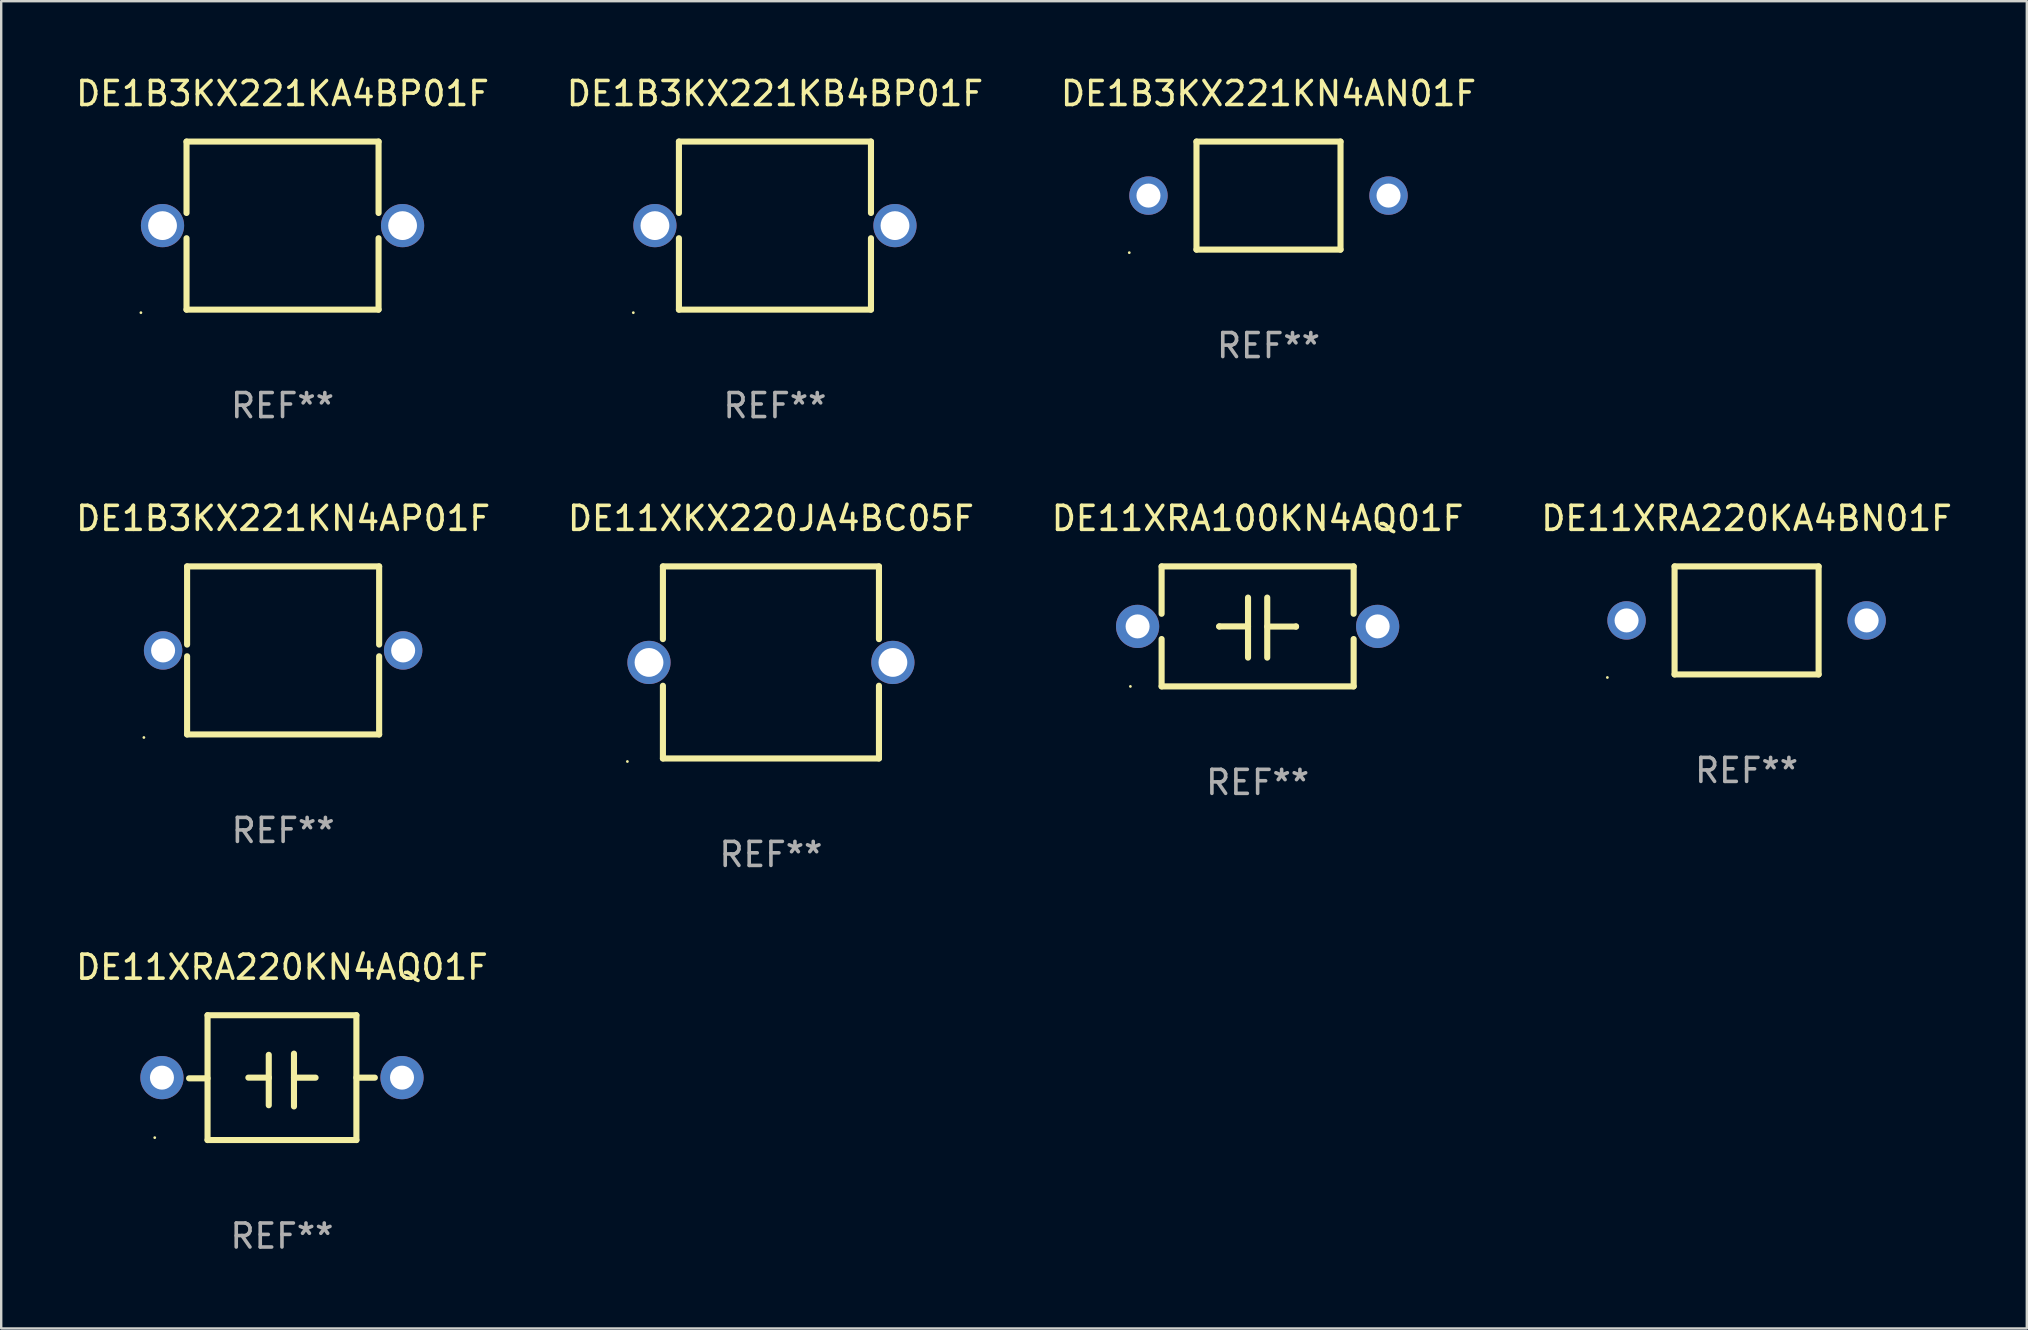
<source format=kicad_pcb>
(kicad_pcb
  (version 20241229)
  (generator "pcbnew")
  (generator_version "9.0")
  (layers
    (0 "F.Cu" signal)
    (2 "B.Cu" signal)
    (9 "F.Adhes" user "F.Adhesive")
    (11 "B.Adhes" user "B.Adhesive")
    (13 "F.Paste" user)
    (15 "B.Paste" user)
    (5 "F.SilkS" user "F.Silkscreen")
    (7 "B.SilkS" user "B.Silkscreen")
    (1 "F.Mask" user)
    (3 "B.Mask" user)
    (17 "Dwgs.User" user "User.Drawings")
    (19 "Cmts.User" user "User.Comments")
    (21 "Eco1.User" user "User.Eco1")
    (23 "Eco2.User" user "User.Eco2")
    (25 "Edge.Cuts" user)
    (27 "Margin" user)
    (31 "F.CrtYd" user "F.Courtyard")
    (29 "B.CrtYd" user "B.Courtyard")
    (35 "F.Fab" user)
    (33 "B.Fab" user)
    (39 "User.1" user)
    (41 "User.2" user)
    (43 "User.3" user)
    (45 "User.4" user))
  (footprint "DE11XKX220JA4BC05F"
    (layer "F.Cu")
    (at 29.065 24.545)
    (property "Reference" "DE11XKX220JA4BC05F" (at 0 -6 0) (layer "F.SilkS") (effects (font (size 1 1) (thickness 0.15))))
    (attr through_hole)
    (fp_line (start -4.5 -4) (end -4.5 -0.971) (stroke (width 0.254) (type solid)) (layer "F.SilkS"))
    (fp_line (start -4.5 -4) (end 4.5 -4) (stroke (width 0.254) (type solid)) (layer "F.SilkS"))
    (fp_line (start -4.5 0.971) (end -4.5 4) (stroke (width 0.254) (type solid)) (layer "F.SilkS"))
    (fp_line (start 4.5 -4) (end 4.5 -0.971) (stroke (width 0.254) (type solid)) (layer "F.SilkS"))
    (fp_line (start 4.5 0.971) (end 4.5 4) (stroke (width 0.254) (type solid)) (layer "F.SilkS"))
    (fp_line (start 4.5 4) (end -4.5 4) (stroke (width 0.254) (type solid)) (layer "F.SilkS"))
    (fp_circle (center -5.98 4.127) (end -5.95 4.127) (stroke (width 0.06) (type solid)) (fill no) (layer "F.SilkS"))
    (fp_text user "REF**" (at 0 8 0) (layer "F.Fab") (effects (font (size 1 1) (thickness 0.15))))
    (pad "1" thru_hole circle (at -5.08 0) (size 1.8 1.8) (drill 1.2) (layers "*.Cu" "*.Mask"))
    (pad "2" thru_hole circle (at 5.08 0) (size 1.8 1.8) (drill 1.2) (layers "*.Cu" "*.Mask")))
  (footprint "DE11XRA220KA4BN01F"
    (layer "F.Cu")
    (at 69.708 22.795)
    (property "Reference" "DE11XRA220KA4BN01F" (at 0 -4.25 0) (layer "F.SilkS") (effects (font (size 1 1) (thickness 0.15))))
    (attr through_hole)
    (fp_line (start -3 -2.25) (end 3 -2.25) (stroke (width 0.254) (type solid)) (layer "F.SilkS"))
    (fp_line (start -3 2.25) (end -3 -2.25) (stroke (width 0.254) (type solid)) (layer "F.SilkS"))
    (fp_line (start 3 -2.25) (end 3 2.25) (stroke (width 0.254) (type solid)) (layer "F.SilkS"))
    (fp_line (start 3 2.25) (end -3 2.25) (stroke (width 0.254) (type solid)) (layer "F.SilkS"))
    (fp_circle (center -5.8 2.377) (end -5.77 2.377) (stroke (width 0.06) (type solid)) (fill no) (layer "F.SilkS"))
    (fp_text user "REF**" (at 0 6.25 0) (layer "F.Fab") (effects (font (size 1 1) (thickness 0.15))))
    (pad "1" thru_hole circle (at -5 0) (size 1.6 1.6) (drill 1) (layers "*.Cu" "*.Mask"))
    (pad "2" thru_hole circle (at 5 0) (size 1.6 1.6) (drill 1) (layers "*.Cu" "*.Mask")))
  (footprint "DE1B3KX221KA4BP01F"
    (layer "F.Cu")
    (at 8.72 6.348)
    (property "Reference" "DE1B3KX221KA4BP01F" (at 0 -5.5 0) (layer "F.SilkS") (effects (font (size 1 1) (thickness 0.15))))
    (attr through_hole)
    (fp_line (start -4 -3.5) (end -4 -0.526) (stroke (width 0.254) (type solid)) (layer "F.SilkS"))
    (fp_line (start -4 -3.5) (end 4 -3.5) (stroke (width 0.254) (type solid)) (layer "F.SilkS"))
    (fp_line (start -4 0.526) (end -4 3.5) (stroke (width 0.254) (type solid)) (layer "F.SilkS"))
    (fp_line (start 4 -3.5) (end 4 -0.526) (stroke (width 0.254) (type solid)) (layer "F.SilkS"))
    (fp_line (start 4 0.526) (end 4 3.5) (stroke (width 0.254) (type solid)) (layer "F.SilkS"))
    (fp_line (start 4 3.5) (end -4 3.5) (stroke (width 0.254) (type solid)) (layer "F.SilkS"))
    (fp_circle (center -5.9 3.627) (end -5.87 3.627) (stroke (width 0.06) (type solid)) (fill no) (layer "F.SilkS"))
    (fp_text user "REF**" (at 0 7.5 0) (layer "F.Fab") (effects (font (size 1 1) (thickness 0.15))))
    (pad "1" thru_hole circle (at -5 0) (size 1.8 1.8) (drill 1.2) (layers "*.Cu" "*.Mask"))
    (pad "2" thru_hole circle (at 5 0) (size 1.8 1.8) (drill 1.2) (layers "*.Cu" "*.Mask")))
  (footprint "DE11XRA100KN4AQ01F"
    (layer "F.Cu")
    (at 49.339 23.044)
    (property "Reference" "DE11XRA100KN4AQ01F" (at 0 -4.499 0) (layer "F.SilkS") (effects (font (size 1 1) (thickness 0.15))))
    (attr through_hole)
    (fp_line (start -4 -2.499) (end -4 -0.526) (stroke (width 0.254) (type solid)) (layer "F.SilkS"))
    (fp_line (start -4 -2.499) (end 4 -2.499) (stroke (width 0.254) (type solid)) (layer "F.SilkS"))
    (fp_line (start -4 0.526) (end -4 2.499) (stroke (width 0.254) (type solid)) (layer "F.SilkS"))
    (fp_line (start -1.6 0) (end -1.6 0.007) (stroke (width 0.254) (type solid)) (layer "F.SilkS"))
    (fp_line (start -0.4 0) (end -1.6 0) (stroke (width 0.254) (type solid)) (layer "F.SilkS"))
    (fp_line (start -0.4 1.3) (end -0.4 -1.2) (stroke (width 0.254) (type solid)) (layer "F.SilkS"))
    (fp_line (start 0.4 -1.2) (end 0.4 1.3) (stroke (width 0.254) (type solid)) (layer "F.SilkS"))
    (fp_line (start 0.4 0.007) (end 1.6 0.007) (stroke (width 0.254) (type solid)) (layer "F.SilkS"))
    (fp_line (start 1.6 0.007) (end 1.6 0) (stroke (width 0.254) (type solid)) (layer "F.SilkS"))
    (fp_line (start 4 -2.499) (end 4 -0.526) (stroke (width 0.254) (type solid)) (layer "F.SilkS"))
    (fp_line (start 4 0.526) (end 4 2.499) (stroke (width 0.254) (type solid)) (layer "F.SilkS"))
    (fp_line (start 4 2.499) (end -4 2.499) (stroke (width 0.254) (type solid)) (layer "F.SilkS"))
    (fp_circle (center -5.3 2.5) (end -5.27 2.5) (stroke (width 0.06) (type solid)) (fill no) (layer "F.SilkS"))
    (fp_text user "REF**" (at 0 6.499 0) (layer "F.Fab") (effects (font (size 1 1) (thickness 0.15))))
    (pad "1" thru_hole circle (at -5 0) (size 1.8 1.8) (drill 1) (layers "*.Cu" "*.Mask"))
    (pad "2" thru_hole circle (at 5 0) (size 1.8 1.8) (drill 1) (layers "*.Cu" "*.Mask")))
  (footprint "DE1B3KX221KB4BP01F"
    (layer "F.Cu")
    (at 29.232 6.348)
    (property "Reference" "DE1B3KX221KB4BP01F" (at 0 -5.5 0) (layer "F.SilkS") (effects (font (size 1 1) (thickness 0.15))))
    (attr through_hole)
    (fp_line (start -4 -3.5) (end -4 -0.526) (stroke (width 0.254) (type solid)) (layer "F.SilkS"))
    (fp_line (start -4 -3.5) (end 4 -3.5) (stroke (width 0.254) (type solid)) (layer "F.SilkS"))
    (fp_line (start -4 0.526) (end -4 3.5) (stroke (width 0.254) (type solid)) (layer "F.SilkS"))
    (fp_line (start 4 -3.5) (end 4 -0.526) (stroke (width 0.254) (type solid)) (layer "F.SilkS"))
    (fp_line (start 4 0.526) (end 4 3.5) (stroke (width 0.254) (type solid)) (layer "F.SilkS"))
    (fp_line (start 4 3.5) (end -4 3.5) (stroke (width 0.254) (type solid)) (layer "F.SilkS"))
    (fp_circle (center -5.9 3.627) (end -5.87 3.627) (stroke (width 0.06) (type solid)) (fill no) (layer "F.SilkS"))
    (fp_text user "REF**" (at 0 7.5 0) (layer "F.Fab") (effects (font (size 1 1) (thickness 0.15))))
    (pad "1" thru_hole circle (at -5 0) (size 1.8 1.8) (drill 1.2) (layers "*.Cu" "*.Mask"))
    (pad "2" thru_hole circle (at 5 0) (size 1.8 1.8) (drill 1.2) (layers "*.Cu" "*.Mask")))
  (footprint "DE1B3KX221KN4AP01F"
    (layer "F.Cu")
    (at 8.744 24.045)
    (property "Reference" "DE1B3KX221KN4AP01F" (at 0 -5.5 0) (layer "F.SilkS") (effects (font (size 1 1) (thickness 0.15))))
    (attr through_hole)
    (fp_line (start -4 -3.5) (end 4 -3.5) (stroke (width 0.254) (type solid)) (layer "F.SilkS"))
    (fp_line (start -4 -0.243) (end -4 -3.5) (stroke (width 0.254) (type solid)) (layer "F.SilkS"))
    (fp_line (start -4 3.5) (end -4 0.243) (stroke (width 0.254) (type solid)) (layer "F.SilkS"))
    (fp_line (start 4 -0.243) (end 4 -3.5) (stroke (width 0.254) (type solid)) (layer "F.SilkS"))
    (fp_line (start 4 3.5) (end -4 3.5) (stroke (width 0.254) (type solid)) (layer "F.SilkS"))
    (fp_line (start 4 3.5) (end 4 0.243) (stroke (width 0.254) (type solid)) (layer "F.SilkS"))
    (fp_circle (center -5.8 3.627) (end -5.77 3.627) (stroke (width 0.06) (type solid)) (fill no) (layer "F.SilkS"))
    (fp_text user "REF**" (at 0 7.5 0) (layer "F.Fab") (effects (font (size 1 1) (thickness 0.15))))
    (pad "1" thru_hole circle (at -5 0) (size 1.6 1.6) (drill 1) (layers "*.Cu" "*.Mask"))
    (pad "2" thru_hole circle (at 5 0) (size 1.6 1.6) (drill 1) (layers "*.Cu" "*.Mask")))
  (footprint "DE11XRA220KN4AQ01F"
    (layer "F.Cu")
    (at 8.696 41.841)
    (property "Reference" "DE11XRA220KN4AQ01F" (at 0 -4.6 0) (layer "F.SilkS") (effects (font (size 1 1) (thickness 0.15))))
    (attr through_hole)
    (fp_line (start -3.1 -2.6) (end -3.1 2.6) (stroke (width 0.254) (type solid)) (layer "F.SilkS"))
    (fp_line (start -3.1 -2.6) (end 3.1 -2.6) (stroke (width 0.254) (type solid)) (layer "F.SilkS"))
    (fp_line (start -3.1 0.029) (end -3.869 0.029) (stroke (width 0.254) (type solid)) (layer "F.SilkS"))
    (fp_line (start -3.1 2.6) (end 3.1 2.6) (stroke (width 0.254) (type solid)) (layer "F.SilkS"))
    (fp_line (start -1.4 0) (end -0.55 0) (stroke (width 0.254) (type solid)) (layer "F.SilkS"))
    (fp_line (start -0.55 0) (end -0.55 -0.95) (stroke (width 0.254) (type solid)) (layer "F.SilkS"))
    (fp_line (start -0.55 0) (end -0.55 1.15) (stroke (width 0.254) (type solid)) (layer "F.SilkS"))
    (fp_line (start 0.5 -1) (end 0.5 1.2) (stroke (width 0.254) (type solid)) (layer "F.SilkS"))
    (fp_line (start 0.5 0.001) (end 1.4 0.001) (stroke (width 0.254) (type solid)) (layer "F.SilkS"))
    (fp_line (start 3.1 -2.6) (end 3.1 2.6) (stroke (width 0.254) (type solid)) (layer "F.SilkS"))
    (fp_line (start 3.1 0.001) (end 3.869 0.001) (stroke (width 0.254) (type solid)) (layer "F.SilkS"))
    (fp_circle (center -5.3 2.5) (end -5.27 2.5) (stroke (width 0.06) (type solid)) (fill no) (layer "F.SilkS"))
    (fp_text user "REF**" (at 0 6.6 0) (layer "F.Fab") (effects (font (size 1 1) (thickness 0.15))))
    (pad "1" thru_hole circle (at -5 0) (size 1.8 1.8) (drill 1) (layers "*.Cu" "*.Mask"))
    (pad "2" thru_hole circle (at 5 0) (size 1.8 1.8) (drill 1) (layers "*.Cu" "*.Mask")))
  (footprint "DE1B3KX221KN4AN01F"
    (layer "F.Cu")
    (at 49.792 5.098)
    (property "Reference" "DE1B3KX221KN4AN01F" (at 0 -4.25 0) (layer "F.SilkS") (effects (font (size 1 1) (thickness 0.15))))
    (attr through_hole)
    (fp_line (start -3 -2.25) (end 3 -2.25) (stroke (width 0.254) (type solid)) (layer "F.SilkS"))
    (fp_line (start -3 2.25) (end -3 -2.25) (stroke (width 0.254) (type solid)) (layer "F.SilkS"))
    (fp_line (start 3 -2.25) (end 3 2.25) (stroke (width 0.254) (type solid)) (layer "F.SilkS"))
    (fp_line (start 3 2.25) (end -3 2.25) (stroke (width 0.254) (type solid)) (layer "F.SilkS"))
    (fp_circle (center -5.8 2.377) (end -5.77 2.377) (stroke (width 0.06) (type solid)) (fill no) (layer "F.SilkS"))
    (fp_text user "REF**" (at 0 6.25 0) (layer "F.Fab") (effects (font (size 1 1) (thickness 0.15))))
    (pad "1" thru_hole circle (at -5 0) (size 1.6 1.6) (drill 1) (layers "*.Cu" "*.Mask"))
    (pad "2" thru_hole circle (at 5 0) (size 1.6 1.6) (drill 1) (layers "*.Cu" "*.Mask")))
  (gr_rect
    (start -3 -3)
    (end 81.381 52.289)
    (stroke (width 0.1) (type default))
    (fill no)
    (layer "Edge.Cuts")))
</source>
